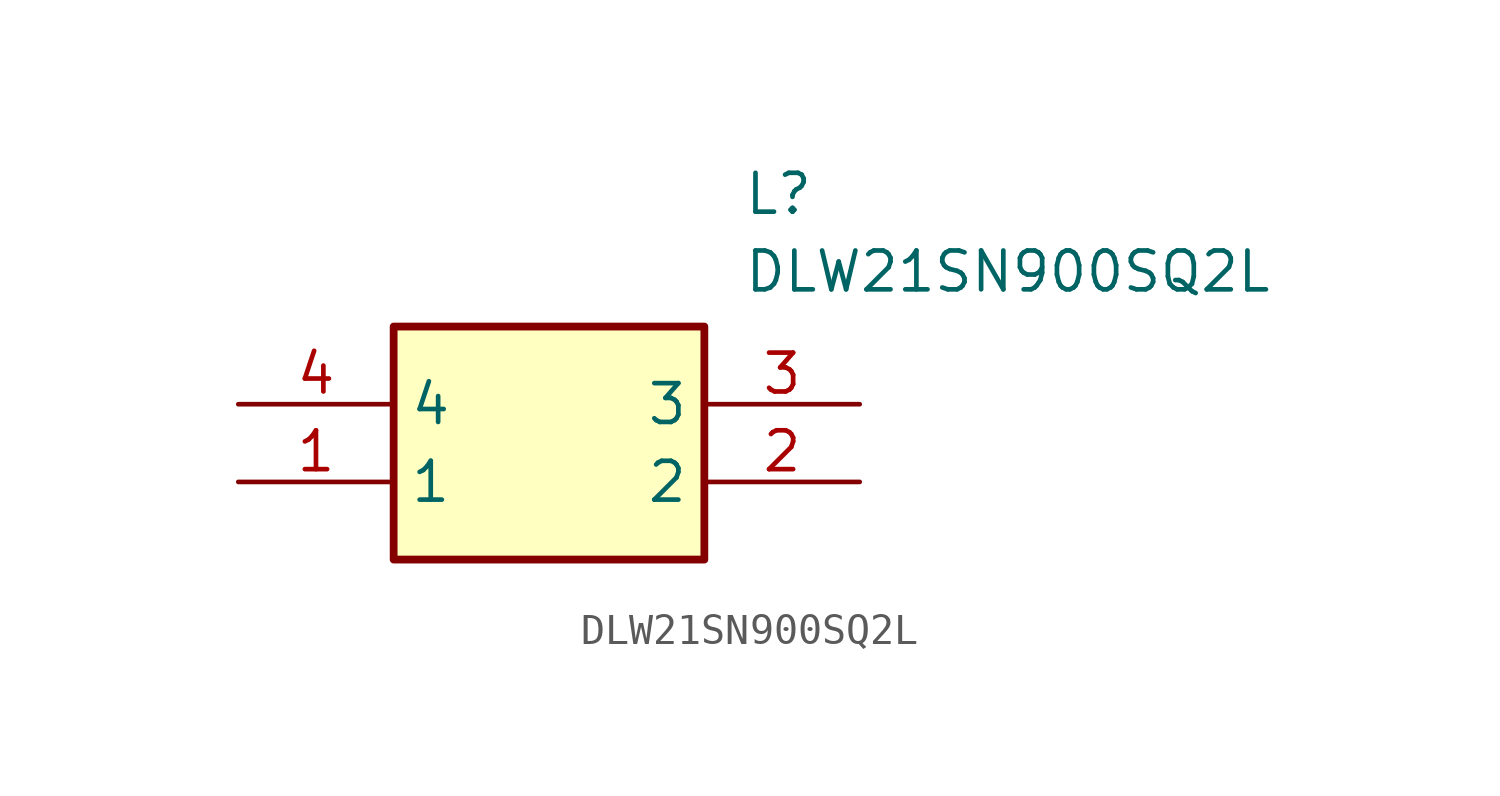
<source format=kicad_sym>
(kicad_symbol_lib
  (version 20211014)
  (generator kicad_symbol_editor)
  (symbol "DLW21SN900SQ2L"
    (property "Reference" "L"
      (at 16.51 7.62 0)
      (effects (font (size 1.27 1.27)) (justify left top)))
    (property "Value" "DLW21SN900SQ2L"
      (at 16.51 5.08 0)
      (effects (font (size 1.27 1.27)) (justify left top)))
    (rectangle
      (start 5.08 2.54)
      (end 15.24 -5.08)
      (stroke (width 0.254) (type default))
      (fill (type background)))
    (pin passive line
      (at 0 -2.54 0)
      (length 5.08)
      (name "1" (effects (font (size 1.27 1.27))))
      (number "1" (effects (font (size 1.27 1.27)))))
    (pin passive line
      (at 20.32 -2.54 180)
      (length 5.08)
      (name "2" (effects (font (size 1.27 1.27))))
      (number "2" (effects (font (size 1.27 1.27)))))
    (pin passive line
      (at 20.32 0 180)
      (length 5.08)
      (name "3" (effects (font (size 1.27 1.27))))
      (number "3" (effects (font (size 1.27 1.27)))))
    (pin passive line
      (at 0 0 0)
      (length 5.08)
      (name "4" (effects (font (size 1.27 1.27))))
      (number "4" (effects (font (size 1.27 1.27)))))))
</source>
